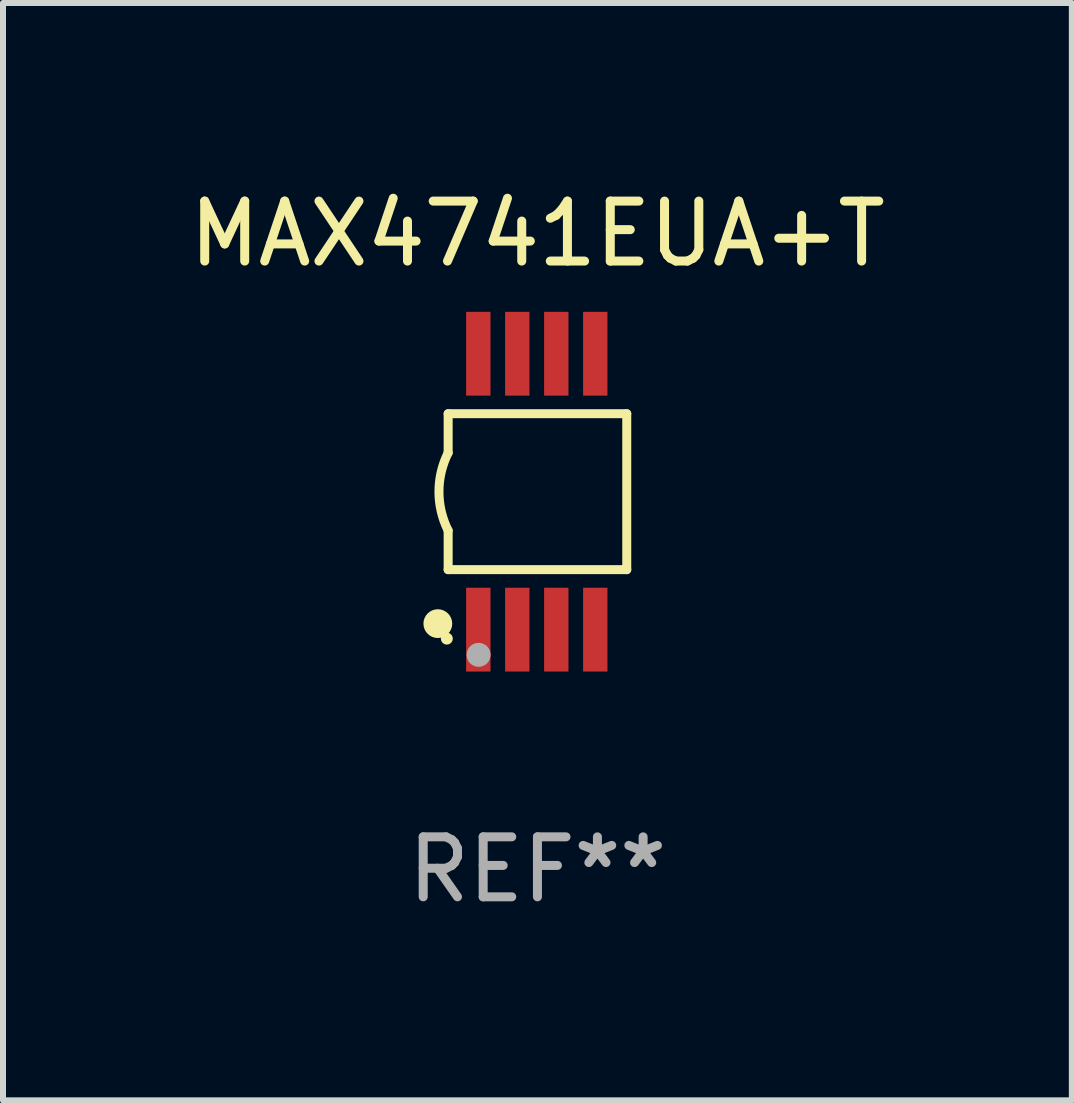
<source format=kicad_pcb>
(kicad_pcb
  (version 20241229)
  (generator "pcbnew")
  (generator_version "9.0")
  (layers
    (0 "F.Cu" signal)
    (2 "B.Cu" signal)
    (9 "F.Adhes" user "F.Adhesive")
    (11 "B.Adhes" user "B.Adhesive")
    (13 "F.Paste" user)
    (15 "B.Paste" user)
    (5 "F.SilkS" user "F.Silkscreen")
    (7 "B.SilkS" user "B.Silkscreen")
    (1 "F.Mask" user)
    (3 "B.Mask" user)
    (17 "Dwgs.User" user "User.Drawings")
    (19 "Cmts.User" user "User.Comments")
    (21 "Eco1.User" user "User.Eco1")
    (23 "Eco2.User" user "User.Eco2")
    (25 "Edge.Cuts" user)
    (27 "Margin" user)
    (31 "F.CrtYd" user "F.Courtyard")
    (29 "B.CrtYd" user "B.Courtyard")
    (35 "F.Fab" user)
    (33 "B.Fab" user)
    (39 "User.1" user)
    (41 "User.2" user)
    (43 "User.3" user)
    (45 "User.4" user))
  (footprint "MAX4741EUA+T"
    (layer "F.Cu")
    (at 5.911 5.148)
    (property "Reference" "MAX4741EUA+T" (at 0 -4.3 0) (layer "F.SilkS") (effects (font (size 1 1) (thickness 0.15))))
    (attr through_hole)
    (fp_line (start -1.489 -1.3) (end -1.489 -0.648) (stroke (width 0.15) (type solid)) (layer "F.SilkS"))
    (fp_line (start -1.489 0.648) (end -1.489 1.3) (stroke (width 0.15) (type solid)) (layer "F.SilkS"))
    (fp_line (start -1.489 1.3) (end 1.489 1.3) (stroke (width 0.15) (type solid)) (layer "F.SilkS"))
    (fp_line (start 1.489 -1.3) (end -1.489 -1.3) (stroke (width 0.15) (type solid)) (layer "F.SilkS"))
    (fp_line (start 1.489 1.3) (end 1.489 -1.3) (stroke (width 0.15) (type solid)) (layer "F.SilkS"))
    (fp_arc (start -1.489205 0.647702) (mid -1.642107 0) (end -1.489205 -0.647701) (stroke (width 0.150013) (type solid)) (layer "F.SilkS"))
    (fp_circle (center -1.661 2.2) (end -1.541 2.2) (stroke (width 0.24) (type solid)) (fill no) (layer "F.SilkS"))
    (fp_circle (center -1.511 2.45) (end -1.461 2.45) (stroke (width 0.1) (type solid)) (fill no) (layer "F.SilkS"))
    (fp_circle (center -0.981 2.72) (end -0.881 2.72) (stroke (width 0.2) (type solid)) (fill no) (layer "F.Fab"))
    (fp_text user "REF**" (at 0 6.3 0) (layer "F.Fab") (effects (font (size 1 1) (thickness 0.15))))
    (pad "1" smd rect (at -0.986 2.3) (size 0.406 1.397) (layers "F.Cu" "F.Mask" "F.Paste"))
    (pad "2" smd rect (at -0.336 2.3) (size 0.406 1.397) (layers "F.Cu" "F.Mask" "F.Paste"))
    (pad "3" smd rect (at 0.314 2.3) (size 0.406 1.397) (layers "F.Cu" "F.Mask" "F.Paste"))
    (pad "4" smd rect (at 0.964 2.3) (size 0.406 1.397) (layers "F.Cu" "F.Mask" "F.Paste"))
    (pad "5" smd rect (at 0.964 -2.3) (size 0.406 1.397) (layers "F.Cu" "F.Mask" "F.Paste"))
    (pad "6" smd rect (at 0.314 -2.3) (size 0.406 1.397) (layers "F.Cu" "F.Mask" "F.Paste"))
    (pad "7" smd rect (at -0.336 -2.3) (size 0.406 1.397) (layers "F.Cu" "F.Mask" "F.Paste"))
    (pad "8" smd rect (at -0.986 -2.3) (size 0.406 1.397) (layers "F.Cu" "F.Mask" "F.Paste")))
  (gr_rect
    (start -3 -3)
    (end 14.821 15.296)
    (stroke (width 0.1) (type default))
    (fill no)
    (layer "Edge.Cuts")))
</source>
